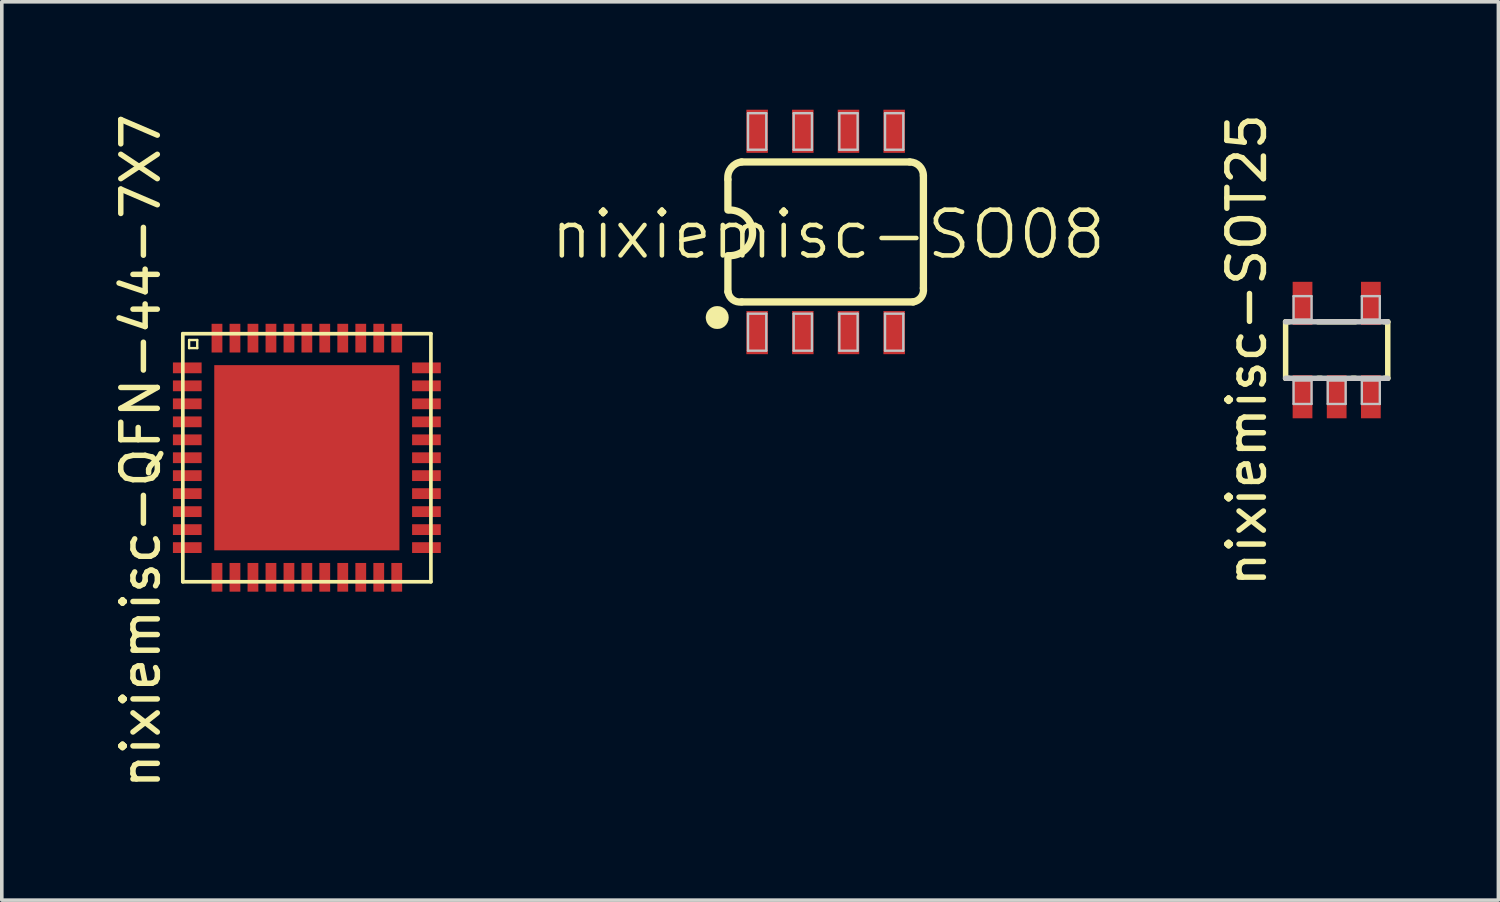
<source format=kicad_pcb>
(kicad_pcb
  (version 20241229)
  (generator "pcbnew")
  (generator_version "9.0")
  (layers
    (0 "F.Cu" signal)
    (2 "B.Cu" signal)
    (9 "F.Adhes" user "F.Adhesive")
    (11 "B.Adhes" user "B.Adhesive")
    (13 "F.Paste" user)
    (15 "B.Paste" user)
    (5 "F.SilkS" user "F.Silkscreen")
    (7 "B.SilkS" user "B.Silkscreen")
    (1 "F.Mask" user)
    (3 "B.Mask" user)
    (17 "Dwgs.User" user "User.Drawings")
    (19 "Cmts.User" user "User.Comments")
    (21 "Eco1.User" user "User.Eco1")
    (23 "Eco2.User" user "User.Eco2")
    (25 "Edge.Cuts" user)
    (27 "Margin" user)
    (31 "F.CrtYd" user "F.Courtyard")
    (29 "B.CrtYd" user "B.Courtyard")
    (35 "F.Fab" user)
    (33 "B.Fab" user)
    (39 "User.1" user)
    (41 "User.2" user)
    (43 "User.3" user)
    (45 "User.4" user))
  (footprint "nixiemisc-SO08"
    (layer "F.Cu")
    (at 19.907 3.399)
    (property "Reference" "nixiemisc-SO08" (at 0.073 0.071 180) (layer "F.SilkS") (effects (font (size 1.27 1.27) (thickness 0.127))))
    (attr smd)
    (fp_line (start -2.718 -1.45) (end -2.718 -0.61) (stroke (width 0.203) (type solid)) (layer "F.SilkS"))
    (fp_line (start -2.718 1.664) (end -2.718 0.66) (stroke (width 0.203) (type solid)) (layer "F.SilkS"))
    (fp_line (start -2.337 1.946) (end 2.436 1.946) (stroke (width 0.203) (type solid)) (layer "F.SilkS"))
    (fp_line (start 2.337 -1.946) (end -2.337 -1.946) (stroke (width 0.203) (type solid)) (layer "F.SilkS"))
    (fp_line (start 2.718 1.565) (end 2.718 -1.565) (stroke (width 0.203) (type solid)) (layer "F.SilkS"))
    (fp_arc (start -2.7178 -1.46304) (mid -2.62725 -1.783248) (end -2.3368 -1.94564) (stroke (width 0.2032) (type solid)) (layer "F.SilkS"))
    (fp_arc (start -2.667 -0.6096) (mid -2.032 0.0254) (end -2.667 0.6604) (stroke (width 0.2032) (type solid)) (layer "F.SilkS"))
    (fp_arc (start -2.3368 1.94564) (mid -2.584422 1.883052) (end -2.71526 1.6637) (stroke (width 0.2032) (type solid)) (layer "F.SilkS"))
    (fp_arc (start 2.3368 -1.94564) (mid 2.606208 -1.834048) (end 2.7178 -1.56464) (stroke (width 0.2032) (type solid)) (layer "F.SilkS"))
    (fp_arc (start 2.7178 1.56464) (mid 2.654468 1.814058) (end 2.43332 1.94564) (stroke (width 0.2032) (type solid)) (layer "F.SilkS"))
    (fp_poly (pts (xy -2.697 2.38) (xy -2.705 2.309) (xy -2.728 2.243) (xy -2.766 2.182) (xy -2.817 2.131) (xy -2.878 2.093) (xy -2.944 2.07) (xy -3.015 2.062) (xy -3.086 2.07) (xy -3.152 2.093) (xy -3.213 2.131) (xy -3.264 2.182) (xy -3.302 2.243) (xy -3.325 2.309) (xy -3.332 2.38) (xy -3.325 2.451) (xy -3.302 2.517) (xy -3.264 2.578) (xy -3.213 2.629) (xy -3.152 2.667) (xy -3.086 2.69) (xy -3.015 2.697) (xy -2.944 2.69) (xy -2.878 2.667) (xy -2.817 2.629) (xy -2.766 2.578) (xy -2.728 2.517) (xy -2.705 2.451) (xy -2.697 2.38)) (stroke (width 0.003) (type solid)) (fill yes) (layer "F.SilkS"))
    (fp_line (start -2.159 -3.302) (end -1.651 -3.302) (stroke (width 0.066) (type solid)) (layer "Dwgs.User"))
    (fp_line (start -2.159 -2.286) (end -2.159 -3.302) (stroke (width 0.066) (type solid)) (layer "Dwgs.User"))
    (fp_line (start -2.159 -2.286) (end -1.651 -2.286) (stroke (width 0.066) (type solid)) (layer "Dwgs.User"))
    (fp_line (start -2.159 2.273) (end -1.651 2.273) (stroke (width 0.066) (type solid)) (layer "Dwgs.User"))
    (fp_line (start -2.159 3.302) (end -2.159 2.273) (stroke (width 0.066) (type solid)) (layer "Dwgs.User"))
    (fp_line (start -2.159 3.302) (end -1.651 3.302) (stroke (width 0.066) (type solid)) (layer "Dwgs.User"))
    (fp_line (start -1.651 -2.286) (end -1.651 -3.302) (stroke (width 0.066) (type solid)) (layer "Dwgs.User"))
    (fp_line (start -1.651 3.302) (end -1.651 2.273) (stroke (width 0.066) (type solid)) (layer "Dwgs.User"))
    (fp_line (start -0.889 -3.302) (end -0.381 -3.302) (stroke (width 0.066) (type solid)) (layer "Dwgs.User"))
    (fp_line (start -0.889 -2.286) (end -0.889 -3.302) (stroke (width 0.066) (type solid)) (layer "Dwgs.User"))
    (fp_line (start -0.889 -2.286) (end -0.381 -2.286) (stroke (width 0.066) (type solid)) (layer "Dwgs.User"))
    (fp_line (start -0.889 2.273) (end -0.381 2.273) (stroke (width 0.066) (type solid)) (layer "Dwgs.User"))
    (fp_line (start -0.889 3.302) (end -0.889 2.273) (stroke (width 0.066) (type solid)) (layer "Dwgs.User"))
    (fp_line (start -0.889 3.302) (end -0.381 3.302) (stroke (width 0.066) (type solid)) (layer "Dwgs.User"))
    (fp_line (start -0.381 -2.286) (end -0.381 -3.302) (stroke (width 0.066) (type solid)) (layer "Dwgs.User"))
    (fp_line (start -0.381 3.302) (end -0.381 2.273) (stroke (width 0.066) (type solid)) (layer "Dwgs.User"))
    (fp_line (start 0.381 -3.302) (end 0.889 -3.302) (stroke (width 0.066) (type solid)) (layer "Dwgs.User"))
    (fp_line (start 0.381 -2.286) (end 0.381 -3.302) (stroke (width 0.066) (type solid)) (layer "Dwgs.User"))
    (fp_line (start 0.381 -2.286) (end 0.889 -2.286) (stroke (width 0.066) (type solid)) (layer "Dwgs.User"))
    (fp_line (start 0.381 2.273) (end 0.889 2.273) (stroke (width 0.066) (type solid)) (layer "Dwgs.User"))
    (fp_line (start 0.381 3.302) (end 0.381 2.273) (stroke (width 0.066) (type solid)) (layer "Dwgs.User"))
    (fp_line (start 0.381 3.302) (end 0.889 3.302) (stroke (width 0.066) (type solid)) (layer "Dwgs.User"))
    (fp_line (start 0.889 -2.286) (end 0.889 -3.302) (stroke (width 0.066) (type solid)) (layer "Dwgs.User"))
    (fp_line (start 0.889 3.302) (end 0.889 2.273) (stroke (width 0.066) (type solid)) (layer "Dwgs.User"))
    (fp_line (start 1.651 -3.302) (end 2.159 -3.302) (stroke (width 0.066) (type solid)) (layer "Dwgs.User"))
    (fp_line (start 1.651 -2.286) (end 1.651 -3.302) (stroke (width 0.066) (type solid)) (layer "Dwgs.User"))
    (fp_line (start 1.651 -2.286) (end 2.159 -2.286) (stroke (width 0.066) (type solid)) (layer "Dwgs.User"))
    (fp_line (start 1.651 2.273) (end 2.159 2.273) (stroke (width 0.066) (type solid)) (layer "Dwgs.User"))
    (fp_line (start 1.651 3.302) (end 1.651 2.273) (stroke (width 0.066) (type solid)) (layer "Dwgs.User"))
    (fp_line (start 1.651 3.302) (end 2.159 3.302) (stroke (width 0.066) (type solid)) (layer "Dwgs.User"))
    (fp_line (start 2.159 -2.286) (end 2.159 -3.302) (stroke (width 0.066) (type solid)) (layer "Dwgs.User"))
    (fp_line (start 2.159 3.302) (end 2.159 2.273) (stroke (width 0.066) (type solid)) (layer "Dwgs.User"))
    (pad "1" smd rect (at -1.905 2.799) (size 0.599 1.199) (layers "F.Cu" "F.Mask" "F.Paste"))
    (pad "2" smd rect (at -0.635 2.799) (size 0.599 1.199) (layers "F.Cu" "F.Mask" "F.Paste"))
    (pad "3" smd rect (at 0.635 2.799) (size 0.599 1.199) (layers "F.Cu" "F.Mask" "F.Paste"))
    (pad "4" smd rect (at 1.905 2.799) (size 0.599 1.199) (layers "F.Cu" "F.Mask" "F.Paste"))
    (pad "5" smd rect (at 1.905 -2.799) (size 0.599 1.199) (layers "F.Cu" "F.Mask" "F.Paste"))
    (pad "6" smd rect (at 0.635 -2.799) (size 0.599 1.199) (layers "F.Cu" "F.Mask" "F.Paste"))
    (pad "7" smd rect (at -0.635 -2.799) (size 0.599 1.199) (layers "F.Cu" "F.Mask" "F.Paste"))
    (pad "8" smd rect (at -1.905 -2.799) (size 0.599 1.199) (layers "F.Cu" "F.Mask" "F.Paste")))
  (footprint "nixiemisc-QFN-44-7X7"
    (placed yes)
    (layer "F.Cu")
    (at 5.482 9.677)
    (property "Reference" "nixiemisc-QFN-44-7X7" (at -4.62 -0.188 90) (layer "F.SilkS") (effects (font (size 1.016 1.016) (thickness 0.152))))
    (attr smd)
    (fp_line (start -3.449 -3.449) (end 3.449 -3.449) (stroke (width 0.102) (type solid)) (layer "F.SilkS"))
    (fp_line (start -3.449 3.449) (end -3.449 -3.449) (stroke (width 0.102) (type solid)) (layer "F.SilkS"))
    (fp_line (start -3.274 -3.274) (end -3.048 -3.274) (stroke (width 0.066) (type solid)) (layer "F.SilkS"))
    (fp_line (start -3.274 -3.048) (end -3.274 -3.274) (stroke (width 0.066) (type solid)) (layer "F.SilkS"))
    (fp_line (start -3.274 -3.048) (end -3.048 -3.048) (stroke (width 0.066) (type solid)) (layer "F.SilkS"))
    (fp_line (start -3.048 -3.048) (end -3.048 -3.274) (stroke (width 0.066) (type solid)) (layer "F.SilkS"))
    (fp_line (start 3.449 -3.449) (end 3.449 3.449) (stroke (width 0.102) (type solid)) (layer "F.SilkS"))
    (fp_line (start 3.449 3.449) (end -3.449 3.449) (stroke (width 0.102) (type solid)) (layer "F.SilkS"))
    (pad "1" smd rect (at -3.325 -2.499) (size 0.798 0.3) (layers "F.Cu" "F.Mask" "F.Paste"))
    (pad "2" smd rect (at -3.325 -1.999) (size 0.798 0.3) (layers "F.Cu" "F.Mask" "F.Paste"))
    (pad "3" smd rect (at -3.325 -1.499) (size 0.798 0.3) (layers "F.Cu" "F.Mask" "F.Paste"))
    (pad "4" smd rect (at -3.325 -0.998) (size 0.798 0.3) (layers "F.Cu" "F.Mask" "F.Paste"))
    (pad "5" smd rect (at -3.325 -0.498) (size 0.798 0.3) (layers "F.Cu" "F.Mask" "F.Paste"))
    (pad "6" smd rect (at -3.325 0) (size 0.798 0.3) (layers "F.Cu" "F.Mask" "F.Paste"))
    (pad "7" smd rect (at -3.325 0.498) (size 0.798 0.3) (layers "F.Cu" "F.Mask" "F.Paste"))
    (pad "8" smd rect (at -3.325 0.998) (size 0.798 0.3) (layers "F.Cu" "F.Mask" "F.Paste"))
    (pad "9" smd rect (at -3.325 1.499) (size 0.798 0.3) (layers "F.Cu" "F.Mask" "F.Paste"))
    (pad "10" smd rect (at -3.325 1.999) (size 0.798 0.3) (layers "F.Cu" "F.Mask" "F.Paste"))
    (pad "11" smd rect (at -3.325 2.499) (size 0.798 0.3) (layers "F.Cu" "F.Mask" "F.Paste"))
    (pad "12" smd rect (at -2.499 3.325 90) (size 0.798 0.3) (layers "F.Cu" "F.Mask" "F.Paste"))
    (pad "13" smd rect (at -1.999 3.325 90) (size 0.798 0.3) (layers "F.Cu" "F.Mask" "F.Paste"))
    (pad "14" smd rect (at -1.499 3.325 90) (size 0.798 0.3) (layers "F.Cu" "F.Mask" "F.Paste"))
    (pad "15" smd rect (at -0.998 3.325 90) (size 0.798 0.3) (layers "F.Cu" "F.Mask" "F.Paste"))
    (pad "16" smd rect (at -0.498 3.325 90) (size 0.798 0.3) (layers "F.Cu" "F.Mask" "F.Paste"))
    (pad "17" smd rect (at 0 3.325 90) (size 0.798 0.3) (layers "F.Cu" "F.Mask" "F.Paste"))
    (pad "18" smd rect (at 0.498 3.325 90) (size 0.798 0.3) (layers "F.Cu" "F.Mask" "F.Paste"))
    (pad "19" smd rect (at 0.998 3.325 90) (size 0.798 0.3) (layers "F.Cu" "F.Mask" "F.Paste"))
    (pad "20" smd rect (at 1.499 3.325 90) (size 0.798 0.3) (layers "F.Cu" "F.Mask" "F.Paste"))
    (pad "21" smd rect (at 1.999 3.325 90) (size 0.798 0.3) (layers "F.Cu" "F.Mask" "F.Paste"))
    (pad "22" smd rect (at 2.499 3.325 90) (size 0.798 0.3) (layers "F.Cu" "F.Mask" "F.Paste"))
    (pad "23" smd rect (at 3.325 2.499 180) (size 0.798 0.3) (layers "F.Cu" "F.Mask" "F.Paste"))
    (pad "24" smd rect (at 3.325 1.999 180) (size 0.798 0.3) (layers "F.Cu" "F.Mask" "F.Paste"))
    (pad "25" smd rect (at 3.325 1.499 180) (size 0.798 0.3) (layers "F.Cu" "F.Mask" "F.Paste"))
    (pad "26" smd rect (at 3.325 0.998 180) (size 0.798 0.3) (layers "F.Cu" "F.Mask" "F.Paste"))
    (pad "27" smd rect (at 3.325 0.498 180) (size 0.798 0.3) (layers "F.Cu" "F.Mask" "F.Paste"))
    (pad "28" smd rect (at 3.325 0 180) (size 0.798 0.3) (layers "F.Cu" "F.Mask" "F.Paste"))
    (pad "29" smd rect (at 3.325 -0.498 180) (size 0.798 0.3) (layers "F.Cu" "F.Mask" "F.Paste"))
    (pad "30" smd rect (at 3.325 -0.998 180) (size 0.798 0.3) (layers "F.Cu" "F.Mask" "F.Paste"))
    (pad "31" smd rect (at 3.325 -1.499 180) (size 0.798 0.3) (layers "F.Cu" "F.Mask" "F.Paste"))
    (pad "32" smd rect (at 3.325 -1.999 180) (size 0.798 0.3) (layers "F.Cu" "F.Mask" "F.Paste"))
    (pad "33" smd rect (at 3.325 -2.499 180) (size 0.798 0.3) (layers "F.Cu" "F.Mask" "F.Paste"))
    (pad "34" smd rect (at 2.499 -3.325 270) (size 0.798 0.3) (layers "F.Cu" "F.Mask" "F.Paste"))
    (pad "35" smd rect (at 1.999 -3.325 270) (size 0.798 0.3) (layers "F.Cu" "F.Mask" "F.Paste"))
    (pad "36" smd rect (at 1.499 -3.325 270) (size 0.798 0.3) (layers "F.Cu" "F.Mask" "F.Paste"))
    (pad "37" smd rect (at 0.998 -3.325 270) (size 0.798 0.3) (layers "F.Cu" "F.Mask" "F.Paste"))
    (pad "38" smd rect (at 0.498 -3.325 270) (size 0.798 0.3) (layers "F.Cu" "F.Mask" "F.Paste"))
    (pad "39" smd rect (at 0 -3.325 270) (size 0.798 0.3) (layers "F.Cu" "F.Mask" "F.Paste"))
    (pad "40" smd rect (at -0.498 -3.325 270) (size 0.798 0.3) (layers "F.Cu" "F.Mask" "F.Paste"))
    (pad "41" smd rect (at -0.998 -3.325 270) (size 0.798 0.3) (layers "F.Cu" "F.Mask" "F.Paste"))
    (pad "42" smd rect (at -1.499 -3.325 270) (size 0.798 0.3) (layers "F.Cu" "F.Mask" "F.Paste"))
    (pad "43" smd rect (at -1.999 -3.325 270) (size 0.798 0.3) (layers "F.Cu" "F.Mask" "F.Paste"))
    (pad "44" smd rect (at -2.499 -3.325 270) (size 0.798 0.3) (layers "F.Cu" "F.Mask" "F.Paste"))
    (pad "EXP" smd rect (at 0 0) (size 5.149 5.149) (layers "F.Cu" "F.Mask" "F.Paste")))
  (footprint "nixiemisc-SOT25"
    (layer "F.Cu")
    (at 34.116 6.683)
    (property "Reference" "nixiemisc-SOT25" (at -2.5 0 90) (layer "F.SilkS") (effects (font (size 1.016 1.016) (thickness 0.152))))
    (attr smd)
    (fp_line (start -1.42 -0.785) (end -1.326 -0.785) (stroke (width 0.152) (type solid)) (layer "F.SilkS"))
    (fp_line (start -1.42 0.785) (end -1.42 -0.785) (stroke (width 0.152) (type solid)) (layer "F.SilkS"))
    (fp_line (start -1.326 0.785) (end -1.42 0.785) (stroke (width 0.152) (type solid)) (layer "F.SilkS"))
    (fp_line (start -0.521 -0.785) (end 0.521 -0.785) (stroke (width 0.152) (type solid)) (layer "F.SilkS"))
    (fp_line (start -0.427 0.785) (end -0.521 0.785) (stroke (width 0.152) (type solid)) (layer "F.SilkS"))
    (fp_line (start 0.521 0.785) (end 0.427 0.785) (stroke (width 0.152) (type solid)) (layer "F.SilkS"))
    (fp_line (start 1.326 -0.785) (end 1.42 -0.785) (stroke (width 0.152) (type solid)) (layer "F.SilkS"))
    (fp_line (start 1.42 -0.785) (end 1.42 0.785) (stroke (width 0.152) (type solid)) (layer "F.SilkS"))
    (fp_line (start 1.42 0.785) (end 1.326 0.785) (stroke (width 0.152) (type solid)) (layer "F.SilkS"))
    (fp_line (start -1.42 -0.785) (end 1.42 -0.785) (stroke (width 0.152) (type solid)) (layer "Dwgs.User"))
    (fp_line (start -1.199 -1.499) (end -0.699 -1.499) (stroke (width 0.066) (type solid)) (layer "Dwgs.User"))
    (fp_line (start -1.199 -0.848) (end -1.199 -1.499) (stroke (width 0.066) (type solid)) (layer "Dwgs.User"))
    (fp_line (start -1.199 -0.848) (end -0.699 -0.848) (stroke (width 0.066) (type solid)) (layer "Dwgs.User"))
    (fp_line (start -1.199 0.848) (end -0.699 0.848) (stroke (width 0.066) (type solid)) (layer "Dwgs.User"))
    (fp_line (start -1.199 1.499) (end -1.199 0.848) (stroke (width 0.066) (type solid)) (layer "Dwgs.User"))
    (fp_line (start -1.199 1.499) (end -0.699 1.499) (stroke (width 0.066) (type solid)) (layer "Dwgs.User"))
    (fp_line (start -0.699 -0.848) (end -0.699 -1.499) (stroke (width 0.066) (type solid)) (layer "Dwgs.User"))
    (fp_line (start -0.699 1.499) (end -0.699 0.848) (stroke (width 0.066) (type solid)) (layer "Dwgs.User"))
    (fp_line (start -0.249 0.848) (end 0.249 0.848) (stroke (width 0.066) (type solid)) (layer "Dwgs.User"))
    (fp_line (start -0.249 1.499) (end -0.249 0.848) (stroke (width 0.066) (type solid)) (layer "Dwgs.User"))
    (fp_line (start -0.249 1.499) (end 0.249 1.499) (stroke (width 0.066) (type solid)) (layer "Dwgs.User"))
    (fp_line (start 0.249 1.499) (end 0.249 0.848) (stroke (width 0.066) (type solid)) (layer "Dwgs.User"))
    (fp_line (start 0.699 -1.499) (end 1.199 -1.499) (stroke (width 0.066) (type solid)) (layer "Dwgs.User"))
    (fp_line (start 0.699 -0.848) (end 0.699 -1.499) (stroke (width 0.066) (type solid)) (layer "Dwgs.User"))
    (fp_line (start 0.699 -0.848) (end 1.199 -0.848) (stroke (width 0.066) (type solid)) (layer "Dwgs.User"))
    (fp_line (start 0.699 0.848) (end 1.199 0.848) (stroke (width 0.066) (type solid)) (layer "Dwgs.User"))
    (fp_line (start 0.699 1.499) (end 0.699 0.848) (stroke (width 0.066) (type solid)) (layer "Dwgs.User"))
    (fp_line (start 0.699 1.499) (end 1.199 1.499) (stroke (width 0.066) (type solid)) (layer "Dwgs.User"))
    (fp_line (start 1.199 -0.848) (end 1.199 -1.499) (stroke (width 0.066) (type solid)) (layer "Dwgs.User"))
    (fp_line (start 1.199 1.499) (end 1.199 0.848) (stroke (width 0.066) (type solid)) (layer "Dwgs.User"))
    (fp_line (start 1.42 0.785) (end -1.42 0.785) (stroke (width 0.152) (type solid)) (layer "Dwgs.User"))
    (pad "1" smd rect (at -0.95 1.298) (size 0.549 1.199) (layers "F.Cu" "F.Mask" "F.Paste"))
    (pad "2" smd rect (at 0 1.298) (size 0.549 1.199) (layers "F.Cu" "F.Mask" "F.Paste"))
    (pad "3" smd rect (at 0.95 1.298) (size 0.549 1.199) (layers "F.Cu" "F.Mask" "F.Paste"))
    (pad "4" smd rect (at 0.95 -1.298) (size 0.549 1.199) (layers "F.Cu" "F.Mask" "F.Paste"))
    (pad "5" smd rect (at -0.95 -1.298) (size 0.549 1.199) (layers "F.Cu" "F.Mask" "F.Paste")))
  (gr_rect
    (start -3 -3)
    (end 38.612 21.977)
    (stroke (width 0.1) (type default))
    (fill no)
    (layer "Edge.Cuts")))
</source>
